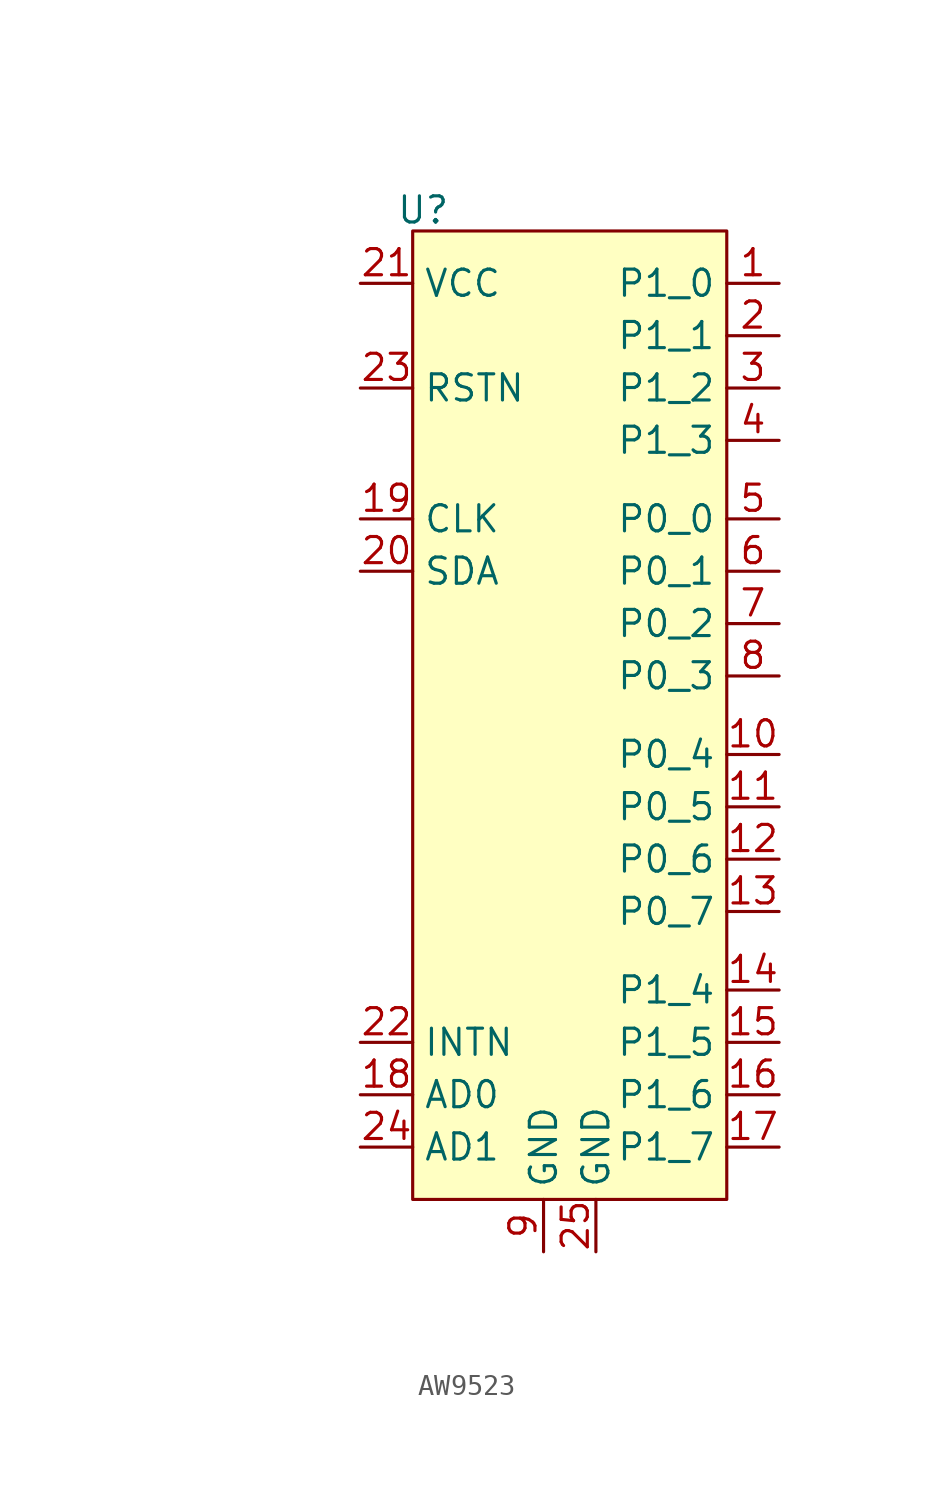
<source format=kicad_sym>
(kicad_symbol_lib
  (version 20241209)
  (generator "kicad_symbol_editor")
  (generator_version "9.0")
  (symbol "AW9523"
    (property "Reference" "U"
      (at 13.208 31.496 0)
      (effects (font (size 1.27 1.27))))
    (property "Value" ""
      (at 0 0 0)
      (effects (font (size 1.27 1.27))))
    (symbol "AW9523_1_1"
      (rectangle (start 12.7 30.48) (end 27.94 -16.51) (stroke (width 0) (type solid)) (fill (type background)))
      (pin power_in line (at 10.16 27.94 0) (length 2.54) (name "VCC" (effects (font (size 1.27 1.27)))) (number "21" (effects (font (size 1.27 1.27)))))
      (pin input line (at 10.16 22.86 0) (length 2.54) (name "RSTN" (effects (font (size 1.27 1.27)))) (number "23" (effects (font (size 1.27 1.27)))))
      (pin input line (at 10.16 16.51 0) (length 2.54) (name "CLK" (effects (font (size 1.27 1.27)))) (number "19" (effects (font (size 1.27 1.27)))))
      (pin bidirectional line (at 10.16 13.97 0) (length 2.54) (name "SDA" (effects (font (size 1.27 1.27)))) (number "20" (effects (font (size 1.27 1.27)))))
      (pin input line (at 10.16 -8.89 0) (length 2.54) (name "INTN" (effects (font (size 1.27 1.27)))) (number "22" (effects (font (size 1.27 1.27)))))
      (pin input line (at 10.16 -11.43 0) (length 2.54) (name "AD0" (effects (font (size 1.27 1.27)))) (number "18" (effects (font (size 1.27 1.27)))))
      (pin input line (at 10.16 -13.97 0) (length 2.54) (name "AD1" (effects (font (size 1.27 1.27)))) (number "24" (effects (font (size 1.27 1.27)))))
      (pin power_in line (at 19.05 -19.05 90) (length 2.54) (name "GND" (effects (font (size 1.27 1.27)))) (number "9" (effects (font (size 1.27 1.27)))))
      (pin power_in line (at 21.59 -19.05 90) (length 2.54) (name "GND" (effects (font (size 1.27 1.27)))) (number "25" (effects (font (size 1.27 1.27)))))
      (pin bidirectional line (at 30.48 27.94 180) (length 2.54) (name "P1_0" (effects (font (size 1.27 1.27)))) (number "1" (effects (font (size 1.27 1.27)))))
      (pin bidirectional line (at 30.48 25.4 180) (length 2.54) (name "P1_1" (effects (font (size 1.27 1.27)))) (number "2" (effects (font (size 1.27 1.27)))))
      (pin bidirectional line (at 30.48 22.86 180) (length 2.54) (name "P1_2" (effects (font (size 1.27 1.27)))) (number "3" (effects (font (size 1.27 1.27)))))
      (pin bidirectional line (at 30.48 20.32 180) (length 2.54) (name "P1_3" (effects (font (size 1.27 1.27)))) (number "4" (effects (font (size 1.27 1.27)))))
      (pin bidirectional line (at 30.48 16.51 180) (length 2.54) (name "P0_0" (effects (font (size 1.27 1.27)))) (number "5" (effects (font (size 1.27 1.27)))))
      (pin bidirectional line (at 30.48 13.97 180) (length 2.54) (name "P0_1" (effects (font (size 1.27 1.27)))) (number "6" (effects (font (size 1.27 1.27)))))
      (pin bidirectional line (at 30.48 11.43 180) (length 2.54) (name "P0_2" (effects (font (size 1.27 1.27)))) (number "7" (effects (font (size 1.27 1.27)))))
      (pin bidirectional line (at 30.48 8.89 180) (length 2.54) (name "P0_3" (effects (font (size 1.27 1.27)))) (number "8" (effects (font (size 1.27 1.27)))))
      (pin bidirectional line (at 30.48 5.08 180) (length 2.54) (name "P0_4" (effects (font (size 1.27 1.27)))) (number "10" (effects (font (size 1.27 1.27)))))
      (pin bidirectional line (at 30.48 2.54 180) (length 2.54) (name "P0_5" (effects (font (size 1.27 1.27)))) (number "11" (effects (font (size 1.27 1.27)))))
      (pin bidirectional line (at 30.48 0 180) (length 2.54) (name "P0_6" (effects (font (size 1.27 1.27)))) (number "12" (effects (font (size 1.27 1.27)))))
      (pin bidirectional line (at 30.48 -2.54 180) (length 2.54) (name "P0_7" (effects (font (size 1.27 1.27)))) (number "13" (effects (font (size 1.27 1.27)))))
      (pin bidirectional line (at 30.48 -6.35 180) (length 2.54) (name "P1_4" (effects (font (size 1.27 1.27)))) (number "14" (effects (font (size 1.27 1.27)))))
      (pin bidirectional line (at 30.48 -8.89 180) (length 2.54) (name "P1_5" (effects (font (size 1.27 1.27)))) (number "15" (effects (font (size 1.27 1.27)))))
      (pin bidirectional line (at 30.48 -11.43 180) (length 2.54) (name "P1_6" (effects (font (size 1.27 1.27)))) (number "16" (effects (font (size 1.27 1.27)))))
      (pin bidirectional line (at 30.48 -13.97 180) (length 2.54) (name "P1_7" (effects (font (size 1.27 1.27)))) (number "17" (effects (font (size 1.27 1.27))))))))
</source>
